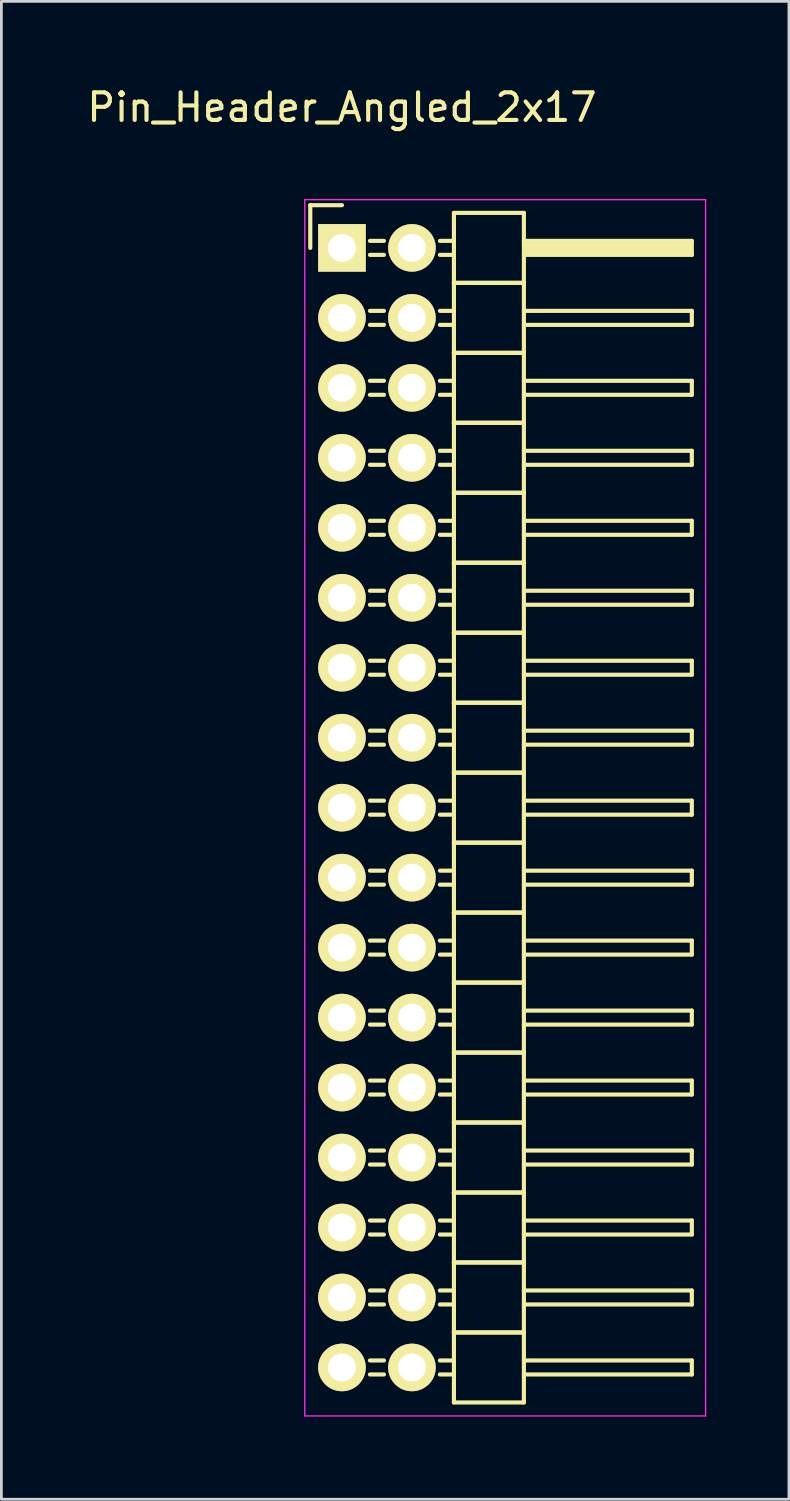
<source format=kicad_pcb>
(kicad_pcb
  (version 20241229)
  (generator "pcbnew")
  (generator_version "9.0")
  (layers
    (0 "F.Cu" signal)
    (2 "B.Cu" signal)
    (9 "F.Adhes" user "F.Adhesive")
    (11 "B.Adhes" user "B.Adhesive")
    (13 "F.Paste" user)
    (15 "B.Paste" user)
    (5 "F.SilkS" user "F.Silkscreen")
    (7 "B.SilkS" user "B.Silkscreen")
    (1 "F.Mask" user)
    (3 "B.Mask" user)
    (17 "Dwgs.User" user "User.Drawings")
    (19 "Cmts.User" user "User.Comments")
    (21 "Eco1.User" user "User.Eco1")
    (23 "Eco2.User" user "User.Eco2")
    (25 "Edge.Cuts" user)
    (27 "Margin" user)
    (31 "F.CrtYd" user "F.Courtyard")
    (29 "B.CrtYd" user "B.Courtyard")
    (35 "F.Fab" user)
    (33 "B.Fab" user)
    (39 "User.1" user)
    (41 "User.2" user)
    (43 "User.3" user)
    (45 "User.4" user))
  (footprint "Pin_Header_Angled_2x17"
    (layer "F.Cu")
    (at 9.363 5.948)
    (property "Reference" "Pin_Header_Angled_2x17" (at 0 -5.1 0) (layer "F.SilkS") (effects (font (size 1 1) (thickness 0.15))))
    (attr through_hole)
    (fp_line (start -1.15 -1.55) (end -1.15 0) (stroke (width 0.15) (type solid)) (layer "F.SilkS"))
    (fp_line (start 0 -1.55) (end -1.15 -1.55) (stroke (width 0.15) (type solid)) (layer "F.SilkS"))
    (fp_line (start 1.524 -0.254) (end 1.016 -0.254) (stroke (width 0.15) (type solid)) (layer "F.SilkS"))
    (fp_line (start 1.524 0.254) (end 1.016 0.254) (stroke (width 0.15) (type solid)) (layer "F.SilkS"))
    (fp_line (start 1.524 2.286) (end 1.016 2.286) (stroke (width 0.15) (type solid)) (layer "F.SilkS"))
    (fp_line (start 1.524 2.794) (end 1.016 2.794) (stroke (width 0.15) (type solid)) (layer "F.SilkS"))
    (fp_line (start 1.524 4.826) (end 1.016 4.826) (stroke (width 0.15) (type solid)) (layer "F.SilkS"))
    (fp_line (start 1.524 5.334) (end 1.016 5.334) (stroke (width 0.15) (type solid)) (layer "F.SilkS"))
    (fp_line (start 1.524 7.366) (end 1.016 7.366) (stroke (width 0.15) (type solid)) (layer "F.SilkS"))
    (fp_line (start 1.524 7.874) (end 1.016 7.874) (stroke (width 0.15) (type solid)) (layer "F.SilkS"))
    (fp_line (start 1.524 9.906) (end 1.016 9.906) (stroke (width 0.15) (type solid)) (layer "F.SilkS"))
    (fp_line (start 1.524 10.414) (end 1.016 10.414) (stroke (width 0.15) (type solid)) (layer "F.SilkS"))
    (fp_line (start 1.524 12.446) (end 1.016 12.446) (stroke (width 0.15) (type solid)) (layer "F.SilkS"))
    (fp_line (start 1.524 12.954) (end 1.016 12.954) (stroke (width 0.15) (type solid)) (layer "F.SilkS"))
    (fp_line (start 1.524 14.986) (end 1.016 14.986) (stroke (width 0.15) (type solid)) (layer "F.SilkS"))
    (fp_line (start 1.524 15.494) (end 1.016 15.494) (stroke (width 0.15) (type solid)) (layer "F.SilkS"))
    (fp_line (start 1.524 17.526) (end 1.016 17.526) (stroke (width 0.15) (type solid)) (layer "F.SilkS"))
    (fp_line (start 1.524 18.034) (end 1.016 18.034) (stroke (width 0.15) (type solid)) (layer "F.SilkS"))
    (fp_line (start 1.524 20.066) (end 1.016 20.066) (stroke (width 0.15) (type solid)) (layer "F.SilkS"))
    (fp_line (start 1.524 20.574) (end 1.016 20.574) (stroke (width 0.15) (type solid)) (layer "F.SilkS"))
    (fp_line (start 1.524 22.606) (end 1.016 22.606) (stroke (width 0.15) (type solid)) (layer "F.SilkS"))
    (fp_line (start 1.524 23.114) (end 1.016 23.114) (stroke (width 0.15) (type solid)) (layer "F.SilkS"))
    (fp_line (start 1.524 25.146) (end 1.016 25.146) (stroke (width 0.15) (type solid)) (layer "F.SilkS"))
    (fp_line (start 1.524 25.654) (end 1.016 25.654) (stroke (width 0.15) (type solid)) (layer "F.SilkS"))
    (fp_line (start 1.524 27.686) (end 1.016 27.686) (stroke (width 0.15) (type solid)) (layer "F.SilkS"))
    (fp_line (start 1.524 28.194) (end 1.016 28.194) (stroke (width 0.15) (type solid)) (layer "F.SilkS"))
    (fp_line (start 1.524 30.226) (end 1.016 30.226) (stroke (width 0.15) (type solid)) (layer "F.SilkS"))
    (fp_line (start 1.524 30.734) (end 1.016 30.734) (stroke (width 0.15) (type solid)) (layer "F.SilkS"))
    (fp_line (start 1.524 32.766) (end 1.016 32.766) (stroke (width 0.15) (type solid)) (layer "F.SilkS"))
    (fp_line (start 1.524 33.274) (end 1.016 33.274) (stroke (width 0.15) (type solid)) (layer "F.SilkS"))
    (fp_line (start 1.524 35.306) (end 1.016 35.306) (stroke (width 0.15) (type solid)) (layer "F.SilkS"))
    (fp_line (start 1.524 35.814) (end 1.016 35.814) (stroke (width 0.15) (type solid)) (layer "F.SilkS"))
    (fp_line (start 1.524 37.846) (end 1.016 37.846) (stroke (width 0.15) (type solid)) (layer "F.SilkS"))
    (fp_line (start 1.524 38.354) (end 1.016 38.354) (stroke (width 0.15) (type solid)) (layer "F.SilkS"))
    (fp_line (start 1.524 40.386) (end 1.016 40.386) (stroke (width 0.15) (type solid)) (layer "F.SilkS"))
    (fp_line (start 1.524 40.894) (end 1.016 40.894) (stroke (width 0.15) (type solid)) (layer "F.SilkS"))
    (fp_line (start 4.064 -1.27) (end 4.064 1.27) (stroke (width 0.15) (type solid)) (layer "F.SilkS"))
    (fp_line (start 4.064 -1.27) (end 6.604 -1.27) (stroke (width 0.15) (type solid)) (layer "F.SilkS"))
    (fp_line (start 4.064 -0.254) (end 3.556 -0.254) (stroke (width 0.15) (type solid)) (layer "F.SilkS"))
    (fp_line (start 4.064 0.254) (end 3.556 0.254) (stroke (width 0.15) (type solid)) (layer "F.SilkS"))
    (fp_line (start 4.064 1.27) (end 4.064 3.81) (stroke (width 0.15) (type solid)) (layer "F.SilkS"))
    (fp_line (start 4.064 1.27) (end 6.604 1.27) (stroke (width 0.15) (type solid)) (layer "F.SilkS"))
    (fp_line (start 4.064 1.27) (end 6.604 1.27) (stroke (width 0.15) (type solid)) (layer "F.SilkS"))
    (fp_line (start 4.064 2.286) (end 3.556 2.286) (stroke (width 0.15) (type solid)) (layer "F.SilkS"))
    (fp_line (start 4.064 2.794) (end 3.556 2.794) (stroke (width 0.15) (type solid)) (layer "F.SilkS"))
    (fp_line (start 4.064 3.81) (end 4.064 6.35) (stroke (width 0.15) (type solid)) (layer "F.SilkS"))
    (fp_line (start 4.064 3.81) (end 6.604 3.81) (stroke (width 0.15) (type solid)) (layer "F.SilkS"))
    (fp_line (start 4.064 3.81) (end 6.604 3.81) (stroke (width 0.15) (type solid)) (layer "F.SilkS"))
    (fp_line (start 4.064 4.826) (end 3.556 4.826) (stroke (width 0.15) (type solid)) (layer "F.SilkS"))
    (fp_line (start 4.064 5.334) (end 3.556 5.334) (stroke (width 0.15) (type solid)) (layer "F.SilkS"))
    (fp_line (start 4.064 6.35) (end 4.064 8.89) (stroke (width 0.15) (type solid)) (layer "F.SilkS"))
    (fp_line (start 4.064 6.35) (end 6.604 6.35) (stroke (width 0.15) (type solid)) (layer "F.SilkS"))
    (fp_line (start 4.064 6.35) (end 6.604 6.35) (stroke (width 0.15) (type solid)) (layer "F.SilkS"))
    (fp_line (start 4.064 7.366) (end 3.556 7.366) (stroke (width 0.15) (type solid)) (layer "F.SilkS"))
    (fp_line (start 4.064 7.874) (end 3.556 7.874) (stroke (width 0.15) (type solid)) (layer "F.SilkS"))
    (fp_line (start 4.064 8.89) (end 4.064 11.43) (stroke (width 0.15) (type solid)) (layer "F.SilkS"))
    (fp_line (start 4.064 8.89) (end 6.604 8.89) (stroke (width 0.15) (type solid)) (layer "F.SilkS"))
    (fp_line (start 4.064 8.89) (end 6.604 8.89) (stroke (width 0.15) (type solid)) (layer "F.SilkS"))
    (fp_line (start 4.064 9.906) (end 3.556 9.906) (stroke (width 0.15) (type solid)) (layer "F.SilkS"))
    (fp_line (start 4.064 10.414) (end 3.556 10.414) (stroke (width 0.15) (type solid)) (layer "F.SilkS"))
    (fp_line (start 4.064 11.43) (end 4.064 13.97) (stroke (width 0.15) (type solid)) (layer "F.SilkS"))
    (fp_line (start 4.064 11.43) (end 6.604 11.43) (stroke (width 0.15) (type solid)) (layer "F.SilkS"))
    (fp_line (start 4.064 11.43) (end 6.604 11.43) (stroke (width 0.15) (type solid)) (layer "F.SilkS"))
    (fp_line (start 4.064 12.446) (end 3.556 12.446) (stroke (width 0.15) (type solid)) (layer "F.SilkS"))
    (fp_line (start 4.064 12.954) (end 3.556 12.954) (stroke (width 0.15) (type solid)) (layer "F.SilkS"))
    (fp_line (start 4.064 13.97) (end 4.064 16.51) (stroke (width 0.15) (type solid)) (layer "F.SilkS"))
    (fp_line (start 4.064 13.97) (end 6.604 13.97) (stroke (width 0.15) (type solid)) (layer "F.SilkS"))
    (fp_line (start 4.064 13.97) (end 6.604 13.97) (stroke (width 0.15) (type solid)) (layer "F.SilkS"))
    (fp_line (start 4.064 14.986) (end 3.556 14.986) (stroke (width 0.15) (type solid)) (layer "F.SilkS"))
    (fp_line (start 4.064 15.494) (end 3.556 15.494) (stroke (width 0.15) (type solid)) (layer "F.SilkS"))
    (fp_line (start 4.064 16.51) (end 4.064 19.05) (stroke (width 0.15) (type solid)) (layer "F.SilkS"))
    (fp_line (start 4.064 16.51) (end 6.604 16.51) (stroke (width 0.15) (type solid)) (layer "F.SilkS"))
    (fp_line (start 4.064 16.51) (end 6.604 16.51) (stroke (width 0.15) (type solid)) (layer "F.SilkS"))
    (fp_line (start 4.064 17.526) (end 3.556 17.526) (stroke (width 0.15) (type solid)) (layer "F.SilkS"))
    (fp_line (start 4.064 18.034) (end 3.556 18.034) (stroke (width 0.15) (type solid)) (layer "F.SilkS"))
    (fp_line (start 4.064 19.05) (end 4.064 21.59) (stroke (width 0.15) (type solid)) (layer "F.SilkS"))
    (fp_line (start 4.064 19.05) (end 6.604 19.05) (stroke (width 0.15) (type solid)) (layer "F.SilkS"))
    (fp_line (start 4.064 19.05) (end 6.604 19.05) (stroke (width 0.15) (type solid)) (layer "F.SilkS"))
    (fp_line (start 4.064 20.066) (end 3.556 20.066) (stroke (width 0.15) (type solid)) (layer "F.SilkS"))
    (fp_line (start 4.064 20.574) (end 3.556 20.574) (stroke (width 0.15) (type solid)) (layer "F.SilkS"))
    (fp_line (start 4.064 21.59) (end 4.064 24.13) (stroke (width 0.15) (type solid)) (layer "F.SilkS"))
    (fp_line (start 4.064 21.59) (end 6.604 21.59) (stroke (width 0.15) (type solid)) (layer "F.SilkS"))
    (fp_line (start 4.064 21.59) (end 6.604 21.59) (stroke (width 0.15) (type solid)) (layer "F.SilkS"))
    (fp_line (start 4.064 22.606) (end 3.556 22.606) (stroke (width 0.15) (type solid)) (layer "F.SilkS"))
    (fp_line (start 4.064 23.114) (end 3.556 23.114) (stroke (width 0.15) (type solid)) (layer "F.SilkS"))
    (fp_line (start 4.064 24.13) (end 4.064 26.67) (stroke (width 0.15) (type solid)) (layer "F.SilkS"))
    (fp_line (start 4.064 24.13) (end 6.604 24.13) (stroke (width 0.15) (type solid)) (layer "F.SilkS"))
    (fp_line (start 4.064 24.13) (end 6.604 24.13) (stroke (width 0.15) (type solid)) (layer "F.SilkS"))
    (fp_line (start 4.064 25.146) (end 3.556 25.146) (stroke (width 0.15) (type solid)) (layer "F.SilkS"))
    (fp_line (start 4.064 25.654) (end 3.556 25.654) (stroke (width 0.15) (type solid)) (layer "F.SilkS"))
    (fp_line (start 4.064 26.67) (end 4.064 29.21) (stroke (width 0.15) (type solid)) (layer "F.SilkS"))
    (fp_line (start 4.064 26.67) (end 6.604 26.67) (stroke (width 0.15) (type solid)) (layer "F.SilkS"))
    (fp_line (start 4.064 26.67) (end 6.604 26.67) (stroke (width 0.15) (type solid)) (layer "F.SilkS"))
    (fp_line (start 4.064 27.686) (end 3.556 27.686) (stroke (width 0.15) (type solid)) (layer "F.SilkS"))
    (fp_line (start 4.064 28.194) (end 3.556 28.194) (stroke (width 0.15) (type solid)) (layer "F.SilkS"))
    (fp_line (start 4.064 29.21) (end 4.064 31.75) (stroke (width 0.15) (type solid)) (layer "F.SilkS"))
    (fp_line (start 4.064 29.21) (end 6.604 29.21) (stroke (width 0.15) (type solid)) (layer "F.SilkS"))
    (fp_line (start 4.064 29.21) (end 6.604 29.21) (stroke (width 0.15) (type solid)) (layer "F.SilkS"))
    (fp_line (start 4.064 30.226) (end 3.556 30.226) (stroke (width 0.15) (type solid)) (layer "F.SilkS"))
    (fp_line (start 4.064 30.734) (end 3.556 30.734) (stroke (width 0.15) (type solid)) (layer "F.SilkS"))
    (fp_line (start 4.064 31.75) (end 4.064 34.29) (stroke (width 0.15) (type solid)) (layer "F.SilkS"))
    (fp_line (start 4.064 31.75) (end 6.604 31.75) (stroke (width 0.15) (type solid)) (layer "F.SilkS"))
    (fp_line (start 4.064 31.75) (end 6.604 31.75) (stroke (width 0.15) (type solid)) (layer "F.SilkS"))
    (fp_line (start 4.064 32.766) (end 3.556 32.766) (stroke (width 0.15) (type solid)) (layer "F.SilkS"))
    (fp_line (start 4.064 33.274) (end 3.556 33.274) (stroke (width 0.15) (type solid)) (layer "F.SilkS"))
    (fp_line (start 4.064 34.29) (end 4.064 36.83) (stroke (width 0.15) (type solid)) (layer "F.SilkS"))
    (fp_line (start 4.064 34.29) (end 6.604 34.29) (stroke (width 0.15) (type solid)) (layer "F.SilkS"))
    (fp_line (start 4.064 34.29) (end 6.604 34.29) (stroke (width 0.15) (type solid)) (layer "F.SilkS"))
    (fp_line (start 4.064 35.306) (end 3.556 35.306) (stroke (width 0.15) (type solid)) (layer "F.SilkS"))
    (fp_line (start 4.064 35.814) (end 3.556 35.814) (stroke (width 0.15) (type solid)) (layer "F.SilkS"))
    (fp_line (start 4.064 36.83) (end 4.064 39.37) (stroke (width 0.15) (type solid)) (layer "F.SilkS"))
    (fp_line (start 4.064 36.83) (end 6.604 36.83) (stroke (width 0.15) (type solid)) (layer "F.SilkS"))
    (fp_line (start 4.064 36.83) (end 6.604 36.83) (stroke (width 0.15) (type solid)) (layer "F.SilkS"))
    (fp_line (start 4.064 37.846) (end 3.556 37.846) (stroke (width 0.15) (type solid)) (layer "F.SilkS"))
    (fp_line (start 4.064 38.354) (end 3.556 38.354) (stroke (width 0.15) (type solid)) (layer "F.SilkS"))
    (fp_line (start 4.064 39.37) (end 4.064 41.91) (stroke (width 0.15) (type solid)) (layer "F.SilkS"))
    (fp_line (start 4.064 39.37) (end 6.604 39.37) (stroke (width 0.15) (type solid)) (layer "F.SilkS"))
    (fp_line (start 4.064 39.37) (end 6.604 39.37) (stroke (width 0.15) (type solid)) (layer "F.SilkS"))
    (fp_line (start 4.064 40.386) (end 3.556 40.386) (stroke (width 0.15) (type solid)) (layer "F.SilkS"))
    (fp_line (start 4.064 40.894) (end 3.556 40.894) (stroke (width 0.15) (type solid)) (layer "F.SilkS"))
    (fp_line (start 4.064 41.91) (end 6.604 41.91) (stroke (width 0.15) (type solid)) (layer "F.SilkS"))
    (fp_line (start 6.604 -0.254) (end 12.7 -0.254) (stroke (width 0.15) (type solid)) (layer "F.SilkS"))
    (fp_line (start 6.604 -0.127) (end 12.573 -0.127) (stroke (width 0.15) (type solid)) (layer "F.SilkS"))
    (fp_line (start 6.604 1.27) (end 6.604 -1.27) (stroke (width 0.15) (type solid)) (layer "F.SilkS"))
    (fp_line (start 6.604 2.286) (end 12.7 2.286) (stroke (width 0.15) (type solid)) (layer "F.SilkS"))
    (fp_line (start 6.604 3.81) (end 6.604 1.27) (stroke (width 0.15) (type solid)) (layer "F.SilkS"))
    (fp_line (start 6.604 4.826) (end 12.7 4.826) (stroke (width 0.15) (type solid)) (layer "F.SilkS"))
    (fp_line (start 6.604 6.35) (end 6.604 3.81) (stroke (width 0.15) (type solid)) (layer "F.SilkS"))
    (fp_line (start 6.604 7.366) (end 12.7 7.366) (stroke (width 0.15) (type solid)) (layer "F.SilkS"))
    (fp_line (start 6.604 8.89) (end 6.604 6.35) (stroke (width 0.15) (type solid)) (layer "F.SilkS"))
    (fp_line (start 6.604 9.906) (end 12.7 9.906) (stroke (width 0.15) (type solid)) (layer "F.SilkS"))
    (fp_line (start 6.604 11.43) (end 6.604 8.89) (stroke (width 0.15) (type solid)) (layer "F.SilkS"))
    (fp_line (start 6.604 12.446) (end 12.7 12.446) (stroke (width 0.15) (type solid)) (layer "F.SilkS"))
    (fp_line (start 6.604 13.97) (end 6.604 11.43) (stroke (width 0.15) (type solid)) (layer "F.SilkS"))
    (fp_line (start 6.604 14.986) (end 12.7 14.986) (stroke (width 0.15) (type solid)) (layer "F.SilkS"))
    (fp_line (start 6.604 16.51) (end 6.604 13.97) (stroke (width 0.15) (type solid)) (layer "F.SilkS"))
    (fp_line (start 6.604 17.526) (end 12.7 17.526) (stroke (width 0.15) (type solid)) (layer "F.SilkS"))
    (fp_line (start 6.604 19.05) (end 6.604 16.51) (stroke (width 0.15) (type solid)) (layer "F.SilkS"))
    (fp_line (start 6.604 20.066) (end 12.7 20.066) (stroke (width 0.15) (type solid)) (layer "F.SilkS"))
    (fp_line (start 6.604 21.59) (end 6.604 19.05) (stroke (width 0.15) (type solid)) (layer "F.SilkS"))
    (fp_line (start 6.604 22.606) (end 12.7 22.606) (stroke (width 0.15) (type solid)) (layer "F.SilkS"))
    (fp_line (start 6.604 24.13) (end 6.604 21.59) (stroke (width 0.15) (type solid)) (layer "F.SilkS"))
    (fp_line (start 6.604 25.146) (end 12.7 25.146) (stroke (width 0.15) (type solid)) (layer "F.SilkS"))
    (fp_line (start 6.604 26.67) (end 6.604 24.13) (stroke (width 0.15) (type solid)) (layer "F.SilkS"))
    (fp_line (start 6.604 27.686) (end 12.7 27.686) (stroke (width 0.15) (type solid)) (layer "F.SilkS"))
    (fp_line (start 6.604 29.21) (end 6.604 26.67) (stroke (width 0.15) (type solid)) (layer "F.SilkS"))
    (fp_line (start 6.604 30.226) (end 12.7 30.226) (stroke (width 0.15) (type solid)) (layer "F.SilkS"))
    (fp_line (start 6.604 31.75) (end 6.604 29.21) (stroke (width 0.15) (type solid)) (layer "F.SilkS"))
    (fp_line (start 6.604 32.766) (end 12.7 32.766) (stroke (width 0.15) (type solid)) (layer "F.SilkS"))
    (fp_line (start 6.604 34.29) (end 6.604 31.75) (stroke (width 0.15) (type solid)) (layer "F.SilkS"))
    (fp_line (start 6.604 35.306) (end 12.7 35.306) (stroke (width 0.15) (type solid)) (layer "F.SilkS"))
    (fp_line (start 6.604 36.83) (end 6.604 34.29) (stroke (width 0.15) (type solid)) (layer "F.SilkS"))
    (fp_line (start 6.604 37.846) (end 12.7 37.846) (stroke (width 0.15) (type solid)) (layer "F.SilkS"))
    (fp_line (start 6.604 39.37) (end 6.604 36.83) (stroke (width 0.15) (type solid)) (layer "F.SilkS"))
    (fp_line (start 6.604 40.386) (end 12.7 40.386) (stroke (width 0.15) (type solid)) (layer "F.SilkS"))
    (fp_line (start 6.604 41.91) (end 6.604 39.37) (stroke (width 0.15) (type solid)) (layer "F.SilkS"))
    (fp_line (start 6.731 0) (end 12.573 0) (stroke (width 0.15) (type solid)) (layer "F.SilkS"))
    (fp_line (start 6.731 0.127) (end 6.731 0) (stroke (width 0.15) (type solid)) (layer "F.SilkS"))
    (fp_line (start 12.573 -0.127) (end 12.573 0.127) (stroke (width 0.15) (type solid)) (layer "F.SilkS"))
    (fp_line (start 12.573 0.127) (end 6.731 0.127) (stroke (width 0.15) (type solid)) (layer "F.SilkS"))
    (fp_line (start 12.7 -0.254) (end 12.7 0.254) (stroke (width 0.15) (type solid)) (layer "F.SilkS"))
    (fp_line (start 12.7 0.254) (end 6.604 0.254) (stroke (width 0.15) (type solid)) (layer "F.SilkS"))
    (fp_line (start 12.7 2.286) (end 12.7 2.794) (stroke (width 0.15) (type solid)) (layer "F.SilkS"))
    (fp_line (start 12.7 2.794) (end 6.604 2.794) (stroke (width 0.15) (type solid)) (layer "F.SilkS"))
    (fp_line (start 12.7 4.826) (end 12.7 5.334) (stroke (width 0.15) (type solid)) (layer "F.SilkS"))
    (fp_line (start 12.7 5.334) (end 6.604 5.334) (stroke (width 0.15) (type solid)) (layer "F.SilkS"))
    (fp_line (start 12.7 7.366) (end 12.7 7.874) (stroke (width 0.15) (type solid)) (layer "F.SilkS"))
    (fp_line (start 12.7 7.874) (end 6.604 7.874) (stroke (width 0.15) (type solid)) (layer "F.SilkS"))
    (fp_line (start 12.7 9.906) (end 12.7 10.414) (stroke (width 0.15) (type solid)) (layer "F.SilkS"))
    (fp_line (start 12.7 10.414) (end 6.604 10.414) (stroke (width 0.15) (type solid)) (layer "F.SilkS"))
    (fp_line (start 12.7 12.446) (end 12.7 12.954) (stroke (width 0.15) (type solid)) (layer "F.SilkS"))
    (fp_line (start 12.7 12.954) (end 6.604 12.954) (stroke (width 0.15) (type solid)) (layer "F.SilkS"))
    (fp_line (start 12.7 14.986) (end 12.7 15.494) (stroke (width 0.15) (type solid)) (layer "F.SilkS"))
    (fp_line (start 12.7 15.494) (end 6.604 15.494) (stroke (width 0.15) (type solid)) (layer "F.SilkS"))
    (fp_line (start 12.7 17.526) (end 12.7 18.034) (stroke (width 0.15) (type solid)) (layer "F.SilkS"))
    (fp_line (start 12.7 18.034) (end 6.604 18.034) (stroke (width 0.15) (type solid)) (layer "F.SilkS"))
    (fp_line (start 12.7 20.066) (end 12.7 20.574) (stroke (width 0.15) (type solid)) (layer "F.SilkS"))
    (fp_line (start 12.7 20.574) (end 6.604 20.574) (stroke (width 0.15) (type solid)) (layer "F.SilkS"))
    (fp_line (start 12.7 22.606) (end 12.7 23.114) (stroke (width 0.15) (type solid)) (layer "F.SilkS"))
    (fp_line (start 12.7 23.114) (end 6.604 23.114) (stroke (width 0.15) (type solid)) (layer "F.SilkS"))
    (fp_line (start 12.7 25.146) (end 12.7 25.654) (stroke (width 0.15) (type solid)) (layer "F.SilkS"))
    (fp_line (start 12.7 25.654) (end 6.604 25.654) (stroke (width 0.15) (type solid)) (layer "F.SilkS"))
    (fp_line (start 12.7 27.686) (end 12.7 28.194) (stroke (width 0.15) (type solid)) (layer "F.SilkS"))
    (fp_line (start 12.7 28.194) (end 6.604 28.194) (stroke (width 0.15) (type solid)) (layer "F.SilkS"))
    (fp_line (start 12.7 30.226) (end 12.7 30.734) (stroke (width 0.15) (type solid)) (layer "F.SilkS"))
    (fp_line (start 12.7 30.734) (end 6.604 30.734) (stroke (width 0.15) (type solid)) (layer "F.SilkS"))
    (fp_line (start 12.7 32.766) (end 12.7 33.274) (stroke (width 0.15) (type solid)) (layer "F.SilkS"))
    (fp_line (start 12.7 33.274) (end 6.604 33.274) (stroke (width 0.15) (type solid)) (layer "F.SilkS"))
    (fp_line (start 12.7 35.306) (end 12.7 35.814) (stroke (width 0.15) (type solid)) (layer "F.SilkS"))
    (fp_line (start 12.7 35.814) (end 6.604 35.814) (stroke (width 0.15) (type solid)) (layer "F.SilkS"))
    (fp_line (start 12.7 37.846) (end 12.7 38.354) (stroke (width 0.15) (type solid)) (layer "F.SilkS"))
    (fp_line (start 12.7 38.354) (end 6.604 38.354) (stroke (width 0.15) (type solid)) (layer "F.SilkS"))
    (fp_line (start 12.7 40.386) (end 12.7 40.894) (stroke (width 0.15) (type solid)) (layer "F.SilkS"))
    (fp_line (start 12.7 40.894) (end 6.604 40.894) (stroke (width 0.15) (type solid)) (layer "F.SilkS"))
    (fp_line (start -1.35 -1.75) (end -1.35 42.4) (stroke (width 0.05) (type solid)) (layer "F.CrtYd"))
    (fp_line (start -1.35 -1.75) (end 13.2 -1.75) (stroke (width 0.05) (type solid)) (layer "F.CrtYd"))
    (fp_line (start -1.35 42.4) (end 13.2 42.4) (stroke (width 0.05) (type solid)) (layer "F.CrtYd"))
    (fp_line (start 13.2 -1.75) (end 13.2 42.4) (stroke (width 0.05) (type solid)) (layer "F.CrtYd"))
    (pad "1" thru_hole rect (at 0 0) (size 1.727 1.727) (drill 1.016) (layers "*.Cu" "*.Mask" "F.SilkS"))
    (pad "2" thru_hole oval (at 2.54 0) (size 1.727 1.727) (drill 1.016) (layers "*.Cu" "*.Mask" "F.SilkS"))
    (pad "3" thru_hole oval (at 0 2.54) (size 1.727 1.727) (drill 1.016) (layers "*.Cu" "*.Mask" "F.SilkS"))
    (pad "4" thru_hole oval (at 2.54 2.54) (size 1.727 1.727) (drill 1.016) (layers "*.Cu" "*.Mask" "F.SilkS"))
    (pad "5" thru_hole oval (at 0 5.08) (size 1.727 1.727) (drill 1.016) (layers "*.Cu" "*.Mask" "F.SilkS"))
    (pad "6" thru_hole oval (at 2.54 5.08) (size 1.727 1.727) (drill 1.016) (layers "*.Cu" "*.Mask" "F.SilkS"))
    (pad "7" thru_hole oval (at 0 7.62) (size 1.727 1.727) (drill 1.016) (layers "*.Cu" "*.Mask" "F.SilkS"))
    (pad "8" thru_hole oval (at 2.54 7.62) (size 1.727 1.727) (drill 1.016) (layers "*.Cu" "*.Mask" "F.SilkS"))
    (pad "9" thru_hole oval (at 0 10.16) (size 1.727 1.727) (drill 1.016) (layers "*.Cu" "*.Mask" "F.SilkS"))
    (pad "10" thru_hole oval (at 2.54 10.16) (size 1.727 1.727) (drill 1.016) (layers "*.Cu" "*.Mask" "F.SilkS"))
    (pad "11" thru_hole oval (at 0 12.7) (size 1.727 1.727) (drill 1.016) (layers "*.Cu" "*.Mask" "F.SilkS"))
    (pad "12" thru_hole oval (at 2.54 12.7) (size 1.727 1.727) (drill 1.016) (layers "*.Cu" "*.Mask" "F.SilkS"))
    (pad "13" thru_hole oval (at 0 15.24) (size 1.727 1.727) (drill 1.016) (layers "*.Cu" "*.Mask" "F.SilkS"))
    (pad "14" thru_hole oval (at 2.54 15.24) (size 1.727 1.727) (drill 1.016) (layers "*.Cu" "*.Mask" "F.SilkS"))
    (pad "15" thru_hole oval (at 0 17.78) (size 1.727 1.727) (drill 1.016) (layers "*.Cu" "*.Mask" "F.SilkS"))
    (pad "16" thru_hole oval (at 2.54 17.78) (size 1.727 1.727) (drill 1.016) (layers "*.Cu" "*.Mask" "F.SilkS"))
    (pad "17" thru_hole oval (at 0 20.32) (size 1.727 1.727) (drill 1.016) (layers "*.Cu" "*.Mask" "F.SilkS"))
    (pad "18" thru_hole oval (at 2.54 20.32) (size 1.727 1.727) (drill 1.016) (layers "*.Cu" "*.Mask" "F.SilkS"))
    (pad "19" thru_hole oval (at 0 22.86) (size 1.727 1.727) (drill 1.016) (layers "*.Cu" "*.Mask" "F.SilkS"))
    (pad "20" thru_hole oval (at 2.54 22.86) (size 1.727 1.727) (drill 1.016) (layers "*.Cu" "*.Mask" "F.SilkS"))
    (pad "21" thru_hole oval (at 0 25.4) (size 1.727 1.727) (drill 1.016) (layers "*.Cu" "*.Mask" "F.SilkS"))
    (pad "22" thru_hole oval (at 2.54 25.4) (size 1.727 1.727) (drill 1.016) (layers "*.Cu" "*.Mask" "F.SilkS"))
    (pad "23" thru_hole oval (at 0 27.94) (size 1.727 1.727) (drill 1.016) (layers "*.Cu" "*.Mask" "F.SilkS"))
    (pad "24" thru_hole oval (at 2.54 27.94) (size 1.727 1.727) (drill 1.016) (layers "*.Cu" "*.Mask" "F.SilkS"))
    (pad "25" thru_hole oval (at 0 30.48) (size 1.727 1.727) (drill 1.016) (layers "*.Cu" "*.Mask" "F.SilkS"))
    (pad "26" thru_hole oval (at 2.54 30.48) (size 1.727 1.727) (drill 1.016) (layers "*.Cu" "*.Mask" "F.SilkS"))
    (pad "27" thru_hole oval (at 0 33.02) (size 1.727 1.727) (drill 1.016) (layers "*.Cu" "*.Mask" "F.SilkS"))
    (pad "28" thru_hole oval (at 2.54 33.02) (size 1.727 1.727) (drill 1.016) (layers "*.Cu" "*.Mask" "F.SilkS"))
    (pad "29" thru_hole oval (at 0 35.56) (size 1.727 1.727) (drill 1.016) (layers "*.Cu" "*.Mask" "F.SilkS"))
    (pad "30" thru_hole oval (at 2.54 35.56) (size 1.727 1.727) (drill 1.016) (layers "*.Cu" "*.Mask" "F.SilkS"))
    (pad "31" thru_hole oval (at 0 38.1) (size 1.727 1.727) (drill 1.016) (layers "*.Cu" "*.Mask" "F.SilkS"))
    (pad "32" thru_hole oval (at 2.54 38.1) (size 1.727 1.727) (drill 1.016) (layers "*.Cu" "*.Mask" "F.SilkS"))
    (pad "33" thru_hole oval (at 0 40.64) (size 1.727 1.727) (drill 1.016) (layers "*.Cu" "*.Mask" "F.SilkS"))
    (pad "34" thru_hole oval (at 2.54 40.64) (size 1.727 1.727) (drill 1.016) (layers "*.Cu" "*.Mask" "F.SilkS")))
  (gr_rect
    (start -3 -3)
    (end 25.588 51.373)
    (stroke (width 0.1) (type default))
    (fill no)
    (layer "Edge.Cuts")))
</source>
